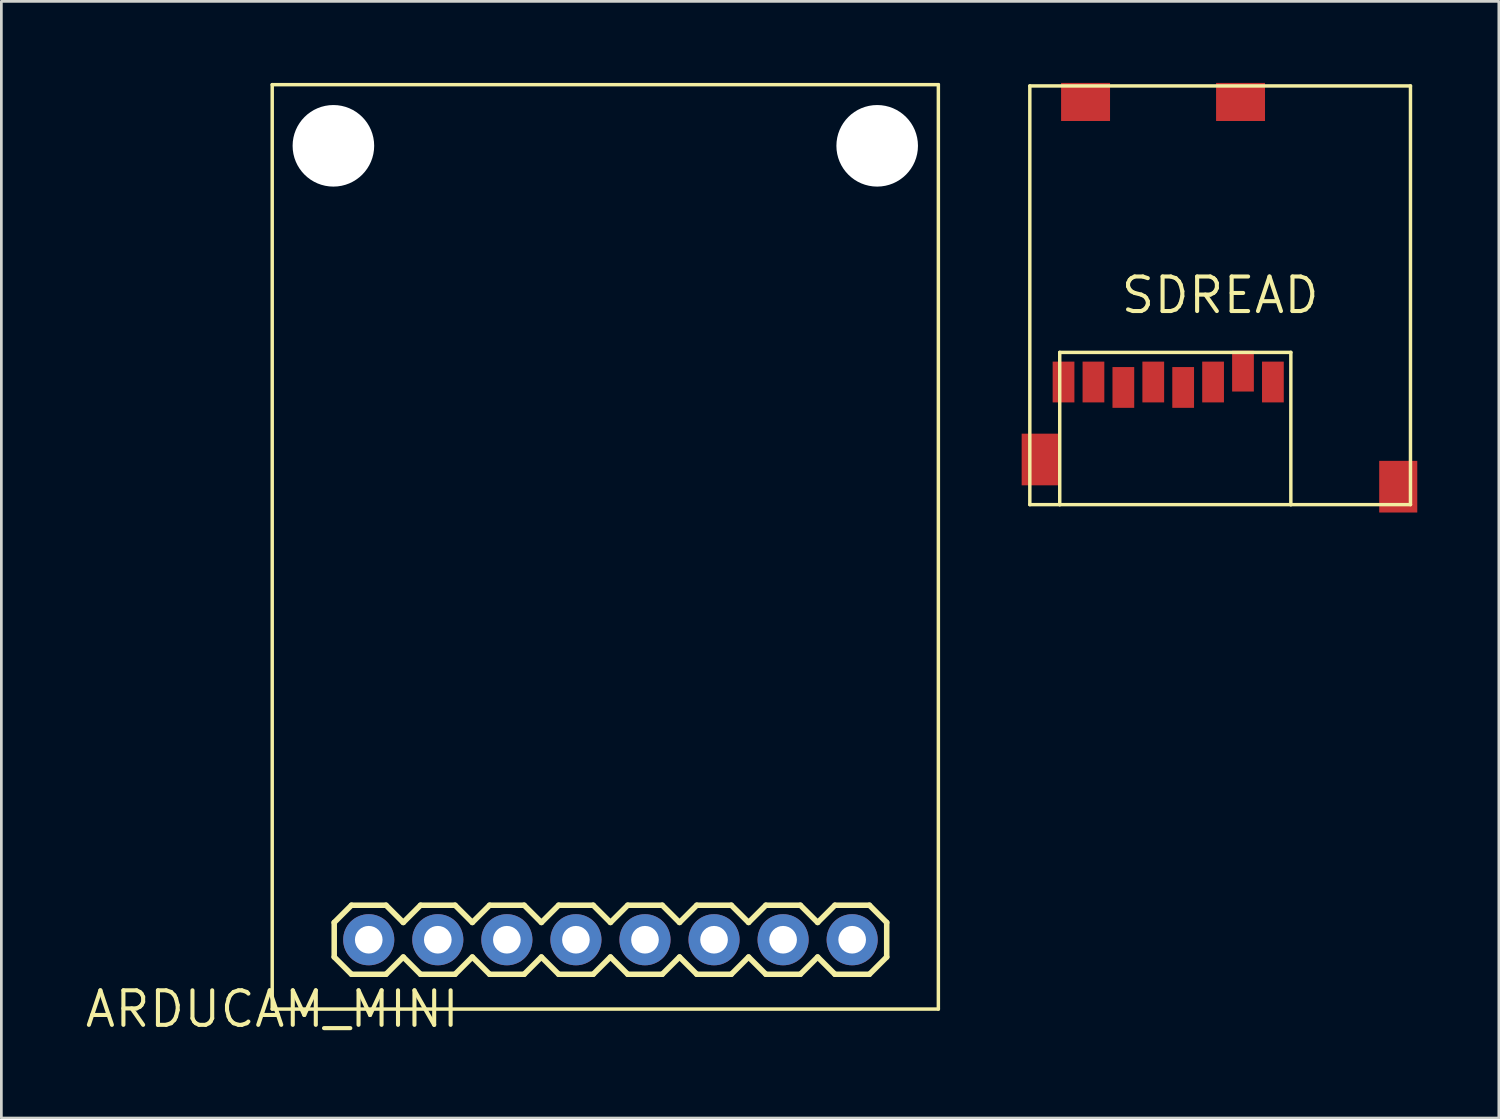
<source format=kicad_pcb>
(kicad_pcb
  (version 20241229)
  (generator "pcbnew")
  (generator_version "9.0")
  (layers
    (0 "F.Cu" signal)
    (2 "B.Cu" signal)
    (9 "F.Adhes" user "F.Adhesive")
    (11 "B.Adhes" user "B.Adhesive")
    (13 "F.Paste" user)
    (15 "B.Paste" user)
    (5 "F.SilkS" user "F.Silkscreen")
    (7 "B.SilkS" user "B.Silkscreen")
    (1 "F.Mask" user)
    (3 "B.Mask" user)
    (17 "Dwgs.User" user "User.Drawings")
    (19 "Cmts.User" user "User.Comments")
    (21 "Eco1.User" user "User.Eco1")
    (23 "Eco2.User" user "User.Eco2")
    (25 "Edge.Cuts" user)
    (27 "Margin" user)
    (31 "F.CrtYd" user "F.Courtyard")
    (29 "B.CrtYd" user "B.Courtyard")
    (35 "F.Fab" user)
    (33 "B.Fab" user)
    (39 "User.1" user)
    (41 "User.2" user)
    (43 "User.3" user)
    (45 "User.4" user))
  (footprint "ARDUCAM_MINI"
    (layer "F.Cu")
    (at 6.962 34.063)
    (property "Reference" "ARDUCAM_MINI" (at 0 0 0) (layer "F.SilkS") (effects (font (size 1.27 1.27) (thickness 0.15))))
    (fp_line (start 0 -34) (end 0 0) (stroke (width 0.127) (type solid)) (layer "F.SilkS"))
    (fp_line (start 0 0) (end 24.5 0) (stroke (width 0.127) (type solid)) (layer "F.SilkS"))
    (fp_line (start 2.28 -3.185) (end 2.28 -1.915) (stroke (width 0.203) (type solid)) (layer "F.SilkS"))
    (fp_line (start 2.28 -1.915) (end 2.915 -1.28) (stroke (width 0.203) (type solid)) (layer "F.SilkS"))
    (fp_line (start 2.915 -3.82) (end 2.28 -3.185) (stroke (width 0.203) (type solid)) (layer "F.SilkS"))
    (fp_line (start 2.915 -3.82) (end 4.185 -3.82) (stroke (width 0.203) (type solid)) (layer "F.SilkS"))
    (fp_line (start 4.185 -3.82) (end 4.82 -3.185) (stroke (width 0.203) (type solid)) (layer "F.SilkS"))
    (fp_line (start 4.185 -1.28) (end 2.915 -1.28) (stroke (width 0.203) (type solid)) (layer "F.SilkS"))
    (fp_line (start 4.82 -3.185) (end 5.455 -3.82) (stroke (width 0.203) (type solid)) (layer "F.SilkS"))
    (fp_line (start 4.82 -1.915) (end 4.185 -1.28) (stroke (width 0.203) (type solid)) (layer "F.SilkS"))
    (fp_line (start 5.455 -3.82) (end 6.725 -3.82) (stroke (width 0.203) (type solid)) (layer "F.SilkS"))
    (fp_line (start 5.455 -1.28) (end 4.82 -1.915) (stroke (width 0.203) (type solid)) (layer "F.SilkS"))
    (fp_line (start 6.725 -3.82) (end 7.36 -3.185) (stroke (width 0.203) (type solid)) (layer "F.SilkS"))
    (fp_line (start 6.725 -1.28) (end 5.455 -1.28) (stroke (width 0.203) (type solid)) (layer "F.SilkS"))
    (fp_line (start 7.36 -3.185) (end 7.995 -3.82) (stroke (width 0.203) (type solid)) (layer "F.SilkS"))
    (fp_line (start 7.36 -1.915) (end 6.725 -1.28) (stroke (width 0.203) (type solid)) (layer "F.SilkS"))
    (fp_line (start 7.995 -3.82) (end 9.265 -3.82) (stroke (width 0.203) (type solid)) (layer "F.SilkS"))
    (fp_line (start 7.995 -1.28) (end 7.36 -1.915) (stroke (width 0.203) (type solid)) (layer "F.SilkS"))
    (fp_line (start 9.265 -3.82) (end 9.9 -3.185) (stroke (width 0.203) (type solid)) (layer "F.SilkS"))
    (fp_line (start 9.265 -1.28) (end 7.995 -1.28) (stroke (width 0.203) (type solid)) (layer "F.SilkS"))
    (fp_line (start 9.9 -1.915) (end 9.265 -1.28) (stroke (width 0.203) (type solid)) (layer "F.SilkS"))
    (fp_line (start 9.9 -1.915) (end 10.535 -1.28) (stroke (width 0.203) (type solid)) (layer "F.SilkS"))
    (fp_line (start 10.535 -3.82) (end 9.9 -3.185) (stroke (width 0.203) (type solid)) (layer "F.SilkS"))
    (fp_line (start 10.535 -3.82) (end 11.805 -3.82) (stroke (width 0.203) (type solid)) (layer "F.SilkS"))
    (fp_line (start 11.805 -3.82) (end 12.44 -3.185) (stroke (width 0.203) (type solid)) (layer "F.SilkS"))
    (fp_line (start 11.805 -1.28) (end 10.535 -1.28) (stroke (width 0.203) (type solid)) (layer "F.SilkS"))
    (fp_line (start 12.44 -3.185) (end 13.075 -3.82) (stroke (width 0.203) (type solid)) (layer "F.SilkS"))
    (fp_line (start 12.44 -1.915) (end 11.805 -1.28) (stroke (width 0.203) (type solid)) (layer "F.SilkS"))
    (fp_line (start 13.075 -3.82) (end 14.345 -3.82) (stroke (width 0.203) (type solid)) (layer "F.SilkS"))
    (fp_line (start 13.075 -1.28) (end 12.44 -1.915) (stroke (width 0.203) (type solid)) (layer "F.SilkS"))
    (fp_line (start 14.345 -3.82) (end 14.98 -3.185) (stroke (width 0.203) (type solid)) (layer "F.SilkS"))
    (fp_line (start 14.345 -1.28) (end 13.075 -1.28) (stroke (width 0.203) (type solid)) (layer "F.SilkS"))
    (fp_line (start 14.98 -3.185) (end 15.615 -3.82) (stroke (width 0.203) (type solid)) (layer "F.SilkS"))
    (fp_line (start 14.98 -1.915) (end 14.345 -1.28) (stroke (width 0.203) (type solid)) (layer "F.SilkS"))
    (fp_line (start 15.615 -3.82) (end 16.885 -3.82) (stroke (width 0.203) (type solid)) (layer "F.SilkS"))
    (fp_line (start 15.615 -1.28) (end 14.98 -1.915) (stroke (width 0.203) (type solid)) (layer "F.SilkS"))
    (fp_line (start 16.885 -3.82) (end 17.52 -3.185) (stroke (width 0.203) (type solid)) (layer "F.SilkS"))
    (fp_line (start 16.885 -1.28) (end 15.615 -1.28) (stroke (width 0.203) (type solid)) (layer "F.SilkS"))
    (fp_line (start 17.52 -1.915) (end 16.885 -1.28) (stroke (width 0.203) (type solid)) (layer "F.SilkS"))
    (fp_line (start 17.52 -1.915) (end 18.155 -1.28) (stroke (width 0.203) (type solid)) (layer "F.SilkS"))
    (fp_line (start 18.155 -3.82) (end 17.52 -3.185) (stroke (width 0.203) (type solid)) (layer "F.SilkS"))
    (fp_line (start 18.155 -3.82) (end 19.425 -3.82) (stroke (width 0.203) (type solid)) (layer "F.SilkS"))
    (fp_line (start 19.425 -3.82) (end 20.06 -3.185) (stroke (width 0.203) (type solid)) (layer "F.SilkS"))
    (fp_line (start 19.425 -1.28) (end 18.155 -1.28) (stroke (width 0.203) (type solid)) (layer "F.SilkS"))
    (fp_line (start 20.06 -1.915) (end 19.425 -1.28) (stroke (width 0.203) (type solid)) (layer "F.SilkS"))
    (fp_line (start 20.06 -1.915) (end 20.695 -1.28) (stroke (width 0.203) (type solid)) (layer "F.SilkS"))
    (fp_line (start 20.695 -3.82) (end 20.06 -3.185) (stroke (width 0.203) (type solid)) (layer "F.SilkS"))
    (fp_line (start 20.695 -3.82) (end 21.965 -3.82) (stroke (width 0.203) (type solid)) (layer "F.SilkS"))
    (fp_line (start 21.965 -3.82) (end 22.6 -3.185) (stroke (width 0.203) (type solid)) (layer "F.SilkS"))
    (fp_line (start 21.965 -1.28) (end 20.695 -1.28) (stroke (width 0.203) (type solid)) (layer "F.SilkS"))
    (fp_line (start 22.6 -3.185) (end 22.6 -1.915) (stroke (width 0.203) (type solid)) (layer "F.SilkS"))
    (fp_line (start 22.6 -1.915) (end 21.965 -1.28) (stroke (width 0.203) (type solid)) (layer "F.SilkS"))
    (fp_line (start 24.5 -34) (end 0 -34) (stroke (width 0.127) (type solid)) (layer "F.SilkS"))
    (fp_line (start 24.5 0) (end 24.5 -34) (stroke (width 0.127) (type solid)) (layer "F.SilkS"))
    (fp_poly (pts (xy 3.296 -2.296) (xy 3.804 -2.296) (xy 3.804 -2.804) (xy 3.296 -2.804)) (stroke (width 0.1) (type default)) (fill no) (layer "F.Fab"))
    (fp_poly (pts (xy 5.836 -2.296) (xy 6.344 -2.296) (xy 6.344 -2.804) (xy 5.836 -2.804)) (stroke (width 0.1) (type default)) (fill no) (layer "F.Fab"))
    (fp_poly (pts (xy 8.376 -2.296) (xy 8.884 -2.296) (xy 8.884 -2.804) (xy 8.376 -2.804)) (stroke (width 0.1) (type default)) (fill no) (layer "F.Fab"))
    (fp_poly (pts (xy 10.916 -2.296) (xy 11.424 -2.296) (xy 11.424 -2.804) (xy 10.916 -2.804)) (stroke (width 0.1) (type default)) (fill no) (layer "F.Fab"))
    (fp_poly (pts (xy 13.456 -2.296) (xy 13.964 -2.296) (xy 13.964 -2.804) (xy 13.456 -2.804)) (stroke (width 0.1) (type default)) (fill no) (layer "F.Fab"))
    (fp_poly (pts (xy 15.996 -2.296) (xy 16.504 -2.296) (xy 16.504 -2.804) (xy 15.996 -2.804)) (stroke (width 0.1) (type default)) (fill no) (layer "F.Fab"))
    (fp_poly (pts (xy 18.536 -2.296) (xy 19.044 -2.296) (xy 19.044 -2.804) (xy 18.536 -2.804)) (stroke (width 0.1) (type default)) (fill no) (layer "F.Fab"))
    (fp_poly (pts (xy 21.076 -2.296) (xy 21.584 -2.296) (xy 21.584 -2.804) (xy 21.076 -2.804)) (stroke (width 0.1) (type default)) (fill no) (layer "F.Fab"))
    (fp_text user "" (at 2.55 -4.55 0) (unlocked yes) (layer "F.SilkS") (effects (font (size 0.488 0.488) (thickness 0.122)) (justify left bottom)))
    (pad "" np_thru_hole circle (at 2.25 -31.75) (size 3 3) (drill 3) (layers "*.Cu" "*.Mask"))
    (pad "" np_thru_hole circle (at 22.25 -31.75) (size 3 3) (drill 3) (layers "*.Cu" "*.Mask"))
    (pad "CS" thru_hole circle (at 21.33 -2.55 90) (size 1.88 1.88) (drill 1.016) (layers "*.Cu" "*.Mask"))
    (pad "GND" thru_hole circle (at 11.17 -2.55 90) (size 1.88 1.88) (drill 1.016) (layers "*.Cu" "*.Mask"))
    (pad "MISO" thru_hole circle (at 16.25 -2.55 90) (size 1.88 1.88) (drill 1.016) (layers "*.Cu" "*.Mask"))
    (pad "MOSI" thru_hole circle (at 18.79 -2.55 90) (size 1.88 1.88) (drill 1.016) (layers "*.Cu" "*.Mask"))
    (pad "SCK" thru_hole circle (at 13.71 -2.55 90) (size 1.88 1.88) (drill 1.016) (layers "*.Cu" "*.Mask"))
    (pad "SCL" thru_hole circle (at 3.55 -2.55 90) (size 1.88 1.88) (drill 1.016) (layers "*.Cu" "*.Mask"))
    (pad "SDA" thru_hole circle (at 6.09 -2.55 90) (size 1.88 1.88) (drill 1.016) (layers "*.Cu" "*.Mask"))
    (pad "VCC" thru_hole circle (at 8.63 -2.55 90) (size 1.88 1.88) (drill 1.016) (layers "*.Cu" "*.Mask")))
  (footprint "SDREAD"
    (layer "F.Cu")
    (at 41.826 7.81)
    (property "Reference" "SDREAD" (at 0 0 0) (layer "F.SilkS") (effects (font (size 1.27 1.27) (thickness 0.15))))
    (fp_line (start -7 -7.7) (end -7 7.7) (stroke (width 0.127) (type solid)) (layer "F.SilkS"))
    (fp_line (start -7 7.7) (end -5.9 7.7) (stroke (width 0.127) (type solid)) (layer "F.SilkS"))
    (fp_line (start -5.9 2.1) (end -5.9 7.7) (stroke (width 0.127) (type solid)) (layer "F.SilkS"))
    (fp_line (start -5.9 2.1) (end 2.6 2.1) (stroke (width 0.127) (type solid)) (layer "F.SilkS"))
    (fp_line (start -5.9 7.7) (end 2.6 7.7) (stroke (width 0.127) (type solid)) (layer "F.SilkS"))
    (fp_line (start 2.6 2.1) (end 2.6 7.7) (stroke (width 0.127) (type solid)) (layer "F.SilkS"))
    (fp_line (start 2.6 7.7) (end 7 7.7) (stroke (width 0.127) (type solid)) (layer "F.SilkS"))
    (fp_line (start 7 -7.7) (end -7 -7.7) (stroke (width 0.127) (type solid)) (layer "F.SilkS"))
    (fp_line (start 7 7.7) (end 7 -7.7) (stroke (width 0.127) (type solid)) (layer "F.SilkS"))
    (pad "CS" smd rect (at 0.84 2.79 90) (size 1.5 0.8) (layers "F.Cu" "F.Mask" "F.Paste"))
    (pad "GND" smd rect (at -3.56 3.39 90) (size 1.5 0.8) (layers "F.Cu" "F.Mask" "F.Paste"))
    (pad "MISO" smd rect (at -4.66 3.19 90) (size 1.5 0.8) (layers "F.Cu" "F.Mask" "F.Paste"))
    (pad "MOSI" smd rect (at -0.26 3.19 90) (size 1.5 0.8) (layers "F.Cu" "F.Mask" "F.Paste"))
    (pad "P$1" smd rect (at 6.55 7.04 90) (size 1.9 1.4) (layers "F.Cu" "F.Mask" "F.Paste"))
    (pad "P$2" smd rect (at -6.6 6.04 180) (size 1.4 1.9) (layers "F.Cu" "F.Mask" "F.Paste"))
    (pad "P$3" smd rect (at -4.95 -7.11 90) (size 1.4 1.8) (layers "F.Cu" "F.Mask" "F.Paste"))
    (pad "P$4" smd rect (at 0.75 -7.11 90) (size 1.4 1.8) (layers "F.Cu" "F.Mask" "F.Paste"))
    (pad "SCK" smd rect (at -2.46 3.19 90) (size 1.5 0.8) (layers "F.Cu" "F.Mask" "F.Paste"))
    (pad "VDD" smd rect (at -1.36 3.39 90) (size 1.5 0.8) (layers "F.Cu" "F.Mask" "F.Paste"))
    (pad "X1" smd rect (at 1.94 3.19 90) (size 1.5 0.8) (layers "F.Cu" "F.Mask" "F.Paste"))
    (pad "X2" smd rect (at -5.76 3.19 90) (size 1.5 0.8) (layers "F.Cu" "F.Mask" "F.Paste")))
  (gr_rect
    (start -3 -3)
    (end 52.076 38.07)
    (stroke (width 0.1) (type default))
    (fill no)
    (layer "Edge.Cuts")))
</source>
